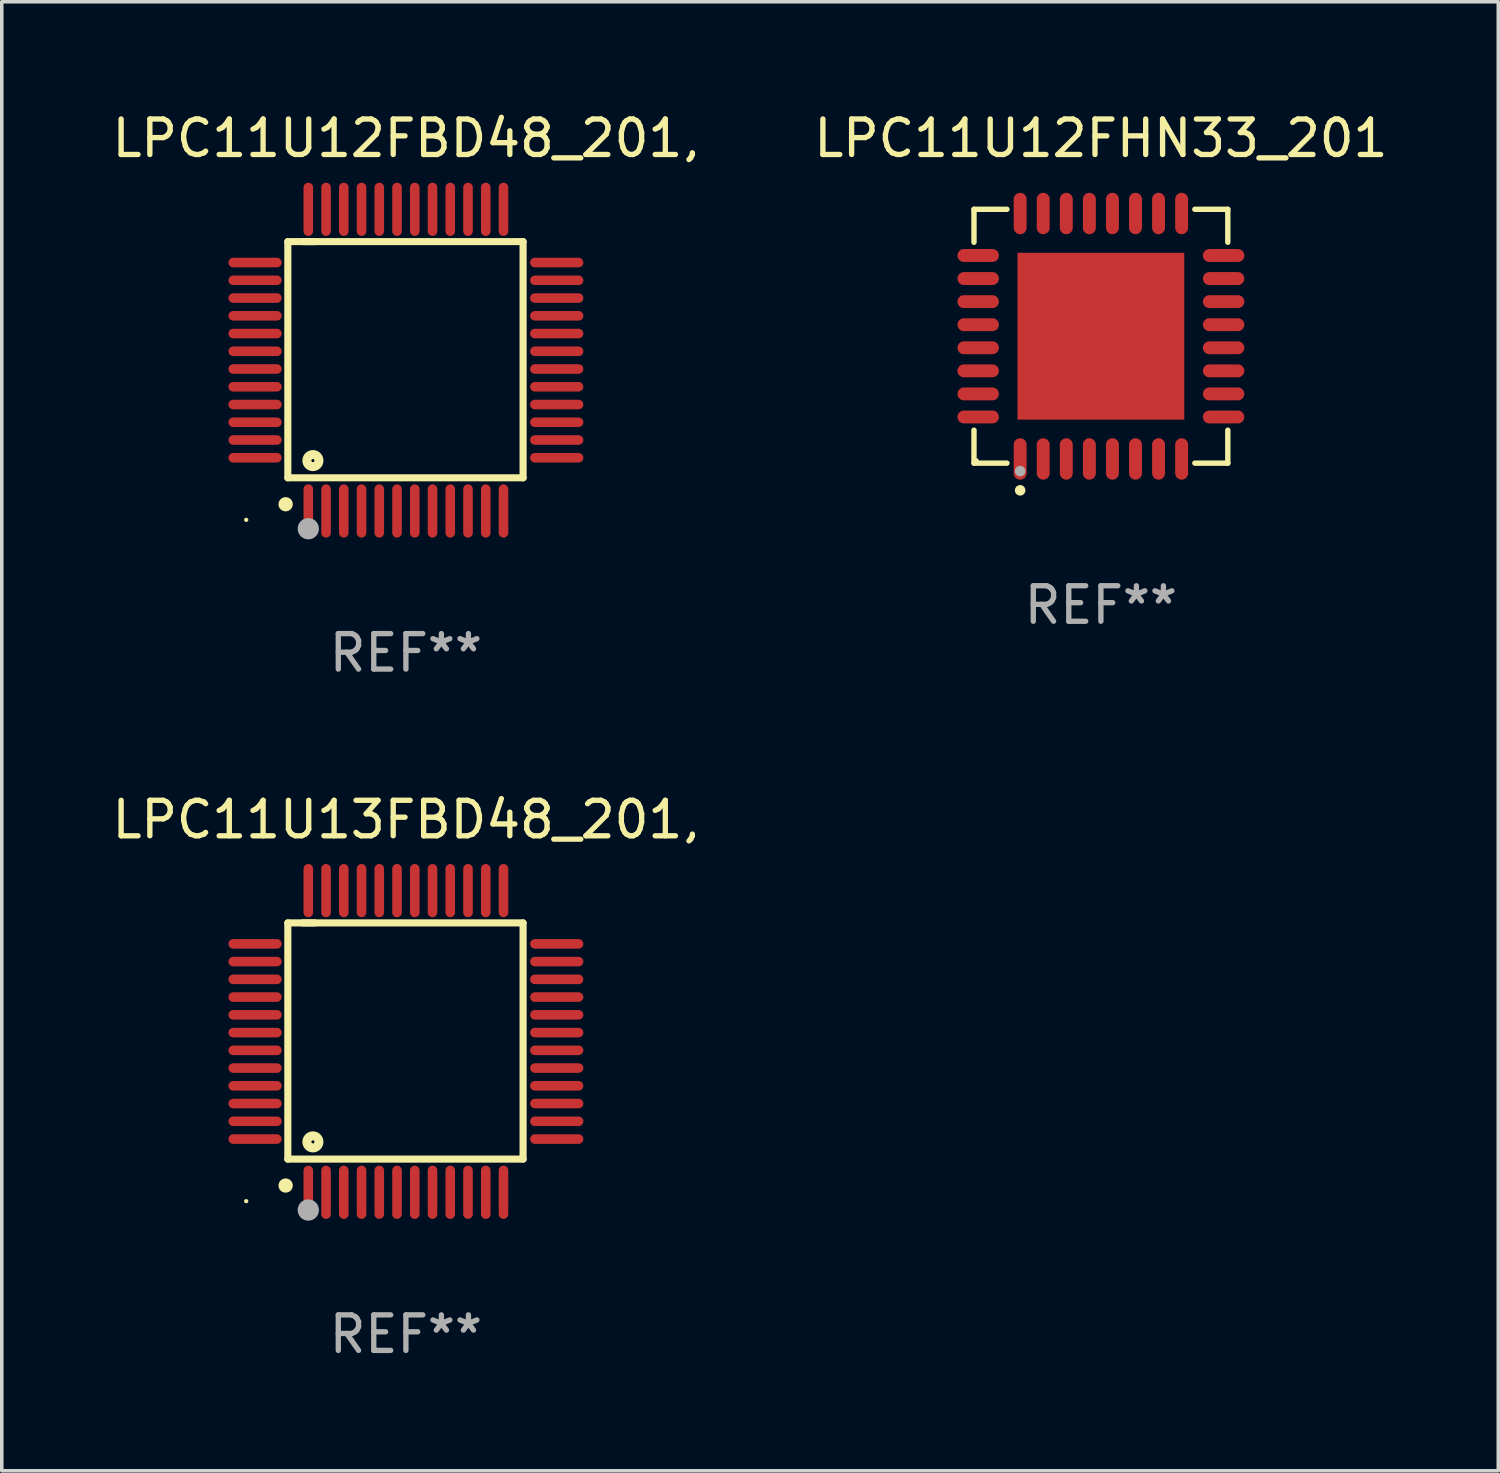
<source format=kicad_pcb>
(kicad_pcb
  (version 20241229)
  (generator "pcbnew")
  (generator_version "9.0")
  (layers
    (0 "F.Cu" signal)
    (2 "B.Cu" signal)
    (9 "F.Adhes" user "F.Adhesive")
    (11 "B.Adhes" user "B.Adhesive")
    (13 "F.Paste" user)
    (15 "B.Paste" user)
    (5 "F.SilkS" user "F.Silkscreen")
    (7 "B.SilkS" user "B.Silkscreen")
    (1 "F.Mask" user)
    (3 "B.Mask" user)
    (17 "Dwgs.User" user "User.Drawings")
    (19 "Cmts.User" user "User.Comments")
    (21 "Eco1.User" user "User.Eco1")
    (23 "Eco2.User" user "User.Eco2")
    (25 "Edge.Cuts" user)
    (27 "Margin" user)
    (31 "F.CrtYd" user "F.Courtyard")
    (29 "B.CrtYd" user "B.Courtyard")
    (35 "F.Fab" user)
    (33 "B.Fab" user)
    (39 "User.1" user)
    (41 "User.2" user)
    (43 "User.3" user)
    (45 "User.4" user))
  (footprint "LPC11U12FBD48_201,"
    (layer "F.Cu")
    (at 8.387 7.098)
    (property "Reference" "LPC11U12FBD48_201," (at 0 -6.25 0) (layer "F.SilkS") (effects (font (size 1 1) (thickness 0.15))))
    (attr through_hole)
    (fp_line (start -3.327 -3.34) (end -2.565 -3.34) (stroke (width 0.2) (type solid)) (layer "F.SilkS"))
    (fp_line (start -3.327 3.315) (end -3.327 -3.34) (stroke (width 0.2) (type solid)) (layer "F.SilkS"))
    (fp_line (start -2.896 -3.34) (end 3.302 -3.34) (stroke (width 0.2) (type solid)) (layer "F.SilkS"))
    (fp_line (start 3.302 -3.34) (end 3.302 3.315) (stroke (width 0.2) (type solid)) (layer "F.SilkS"))
    (fp_line (start 3.302 3.315) (end -3.327 3.315) (stroke (width 0.2) (type solid)) (layer "F.SilkS"))
    (fp_arc (start -3.389992 4.059995) (mid -3.388722 4.059991) (end -3.387452 4.059995) (stroke (width 0.4) (type solid)) (layer "F.SilkS"))
    (fp_circle (center -4.5 4.5) (end -4.47 4.5) (stroke (width 0.06) (type solid)) (fill no) (layer "F.SilkS"))
    (fp_circle (center -2.62 2.83) (end -2.45 2.83) (stroke (width 0.254) (type solid)) (fill no) (layer "F.SilkS"))
    (fp_circle (center -2.75 4.75) (end -2.6 4.75) (stroke (width 0.3) (type solid)) (fill no) (layer "F.Fab"))
    (fp_text user "REF**" (at 0 8.25 0) (layer "F.Fab") (effects (font (size 1 1) (thickness 0.15))))
    (pad "1" smd oval (at -2.75 4.25) (size 0.27 1.5) (layers "F.Cu" "F.Mask" "F.Paste"))
    (pad "2" smd oval (at -2.25 4.25) (size 0.27 1.5) (layers "F.Cu" "F.Mask" "F.Paste"))
    (pad "3" smd oval (at -1.75 4.25) (size 0.27 1.5) (layers "F.Cu" "F.Mask" "F.Paste"))
    (pad "4" smd oval (at -1.25 4.25) (size 0.27 1.5) (layers "F.Cu" "F.Mask" "F.Paste"))
    (pad "5" smd oval (at -0.75 4.25) (size 0.27 1.5) (layers "F.Cu" "F.Mask" "F.Paste"))
    (pad "6" smd oval (at -0.25 4.25) (size 0.27 1.5) (layers "F.Cu" "F.Mask" "F.Paste"))
    (pad "7" smd oval (at 0.25 4.25) (size 0.27 1.5) (layers "F.Cu" "F.Mask" "F.Paste"))
    (pad "8" smd oval (at 0.75 4.25) (size 0.27 1.5) (layers "F.Cu" "F.Mask" "F.Paste"))
    (pad "9" smd oval (at 1.25 4.25) (size 0.27 1.5) (layers "F.Cu" "F.Mask" "F.Paste"))
    (pad "10" smd oval (at 1.75 4.25) (size 0.27 1.5) (layers "F.Cu" "F.Mask" "F.Paste"))
    (pad "11" smd oval (at 2.25 4.25) (size 0.27 1.5) (layers "F.Cu" "F.Mask" "F.Paste"))
    (pad "12" smd oval (at 2.75 4.25) (size 0.27 1.5) (layers "F.Cu" "F.Mask" "F.Paste"))
    (pad "13" smd oval (at 4.25 2.75) (size 1.5 0.27) (layers "F.Cu" "F.Mask" "F.Paste"))
    (pad "14" smd oval (at 4.25 2.25) (size 1.5 0.27) (layers "F.Cu" "F.Mask" "F.Paste"))
    (pad "15" smd oval (at 4.25 1.75) (size 1.5 0.27) (layers "F.Cu" "F.Mask" "F.Paste"))
    (pad "16" smd oval (at 4.25 1.25) (size 1.5 0.27) (layers "F.Cu" "F.Mask" "F.Paste"))
    (pad "17" smd oval (at 4.25 0.75) (size 1.5 0.27) (layers "F.Cu" "F.Mask" "F.Paste"))
    (pad "18" smd oval (at 4.25 0.25) (size 1.5 0.27) (layers "F.Cu" "F.Mask" "F.Paste"))
    (pad "19" smd oval (at 4.25 -0.25) (size 1.5 0.27) (layers "F.Cu" "F.Mask" "F.Paste"))
    (pad "20" smd oval (at 4.25 -0.75) (size 1.5 0.27) (layers "F.Cu" "F.Mask" "F.Paste"))
    (pad "21" smd oval (at 4.25 -1.25) (size 1.5 0.27) (layers "F.Cu" "F.Mask" "F.Paste"))
    (pad "22" smd oval (at 4.25 -1.75) (size 1.5 0.27) (layers "F.Cu" "F.Mask" "F.Paste"))
    (pad "23" smd oval (at 4.25 -2.25) (size 1.5 0.27) (layers "F.Cu" "F.Mask" "F.Paste"))
    (pad "24" smd oval (at 4.25 -2.75) (size 1.5 0.27) (layers "F.Cu" "F.Mask" "F.Paste"))
    (pad "25" smd oval (at 2.75 -4.25) (size 0.27 1.5) (layers "F.Cu" "F.Mask" "F.Paste"))
    (pad "26" smd oval (at 2.25 -4.25) (size 0.27 1.5) (layers "F.Cu" "F.Mask" "F.Paste"))
    (pad "27" smd oval (at 1.75 -4.25) (size 0.27 1.5) (layers "F.Cu" "F.Mask" "F.Paste"))
    (pad "28" smd oval (at 1.25 -4.25) (size 0.27 1.5) (layers "F.Cu" "F.Mask" "F.Paste"))
    (pad "29" smd oval (at 0.75 -4.25) (size 0.27 1.5) (layers "F.Cu" "F.Mask" "F.Paste"))
    (pad "30" smd oval (at 0.25 -4.25) (size 0.27 1.5) (layers "F.Cu" "F.Mask" "F.Paste"))
    (pad "31" smd oval (at -0.25 -4.25) (size 0.27 1.5) (layers "F.Cu" "F.Mask" "F.Paste"))
    (pad "32" smd oval (at -0.75 -4.25) (size 0.27 1.5) (layers "F.Cu" "F.Mask" "F.Paste"))
    (pad "33" smd oval (at -1.25 -4.25) (size 0.27 1.5) (layers "F.Cu" "F.Mask" "F.Paste"))
    (pad "34" smd oval (at -1.75 -4.25) (size 0.27 1.5) (layers "F.Cu" "F.Mask" "F.Paste"))
    (pad "35" smd oval (at -2.25 -4.25) (size 0.27 1.5) (layers "F.Cu" "F.Mask" "F.Paste"))
    (pad "36" smd oval (at -2.75 -4.25) (size 0.27 1.5) (layers "F.Cu" "F.Mask" "F.Paste"))
    (pad "37" smd oval (at -4.25 -2.75) (size 1.5 0.27) (layers "F.Cu" "F.Mask" "F.Paste"))
    (pad "38" smd oval (at -4.25 -2.25) (size 1.5 0.27) (layers "F.Cu" "F.Mask" "F.Paste"))
    (pad "39" smd oval (at -4.25 -1.75) (size 1.5 0.27) (layers "F.Cu" "F.Mask" "F.Paste"))
    (pad "40" smd oval (at -4.25 -1.25) (size 1.5 0.27) (layers "F.Cu" "F.Mask" "F.Paste"))
    (pad "41" smd oval (at -4.25 -0.75) (size 1.5 0.27) (layers "F.Cu" "F.Mask" "F.Paste"))
    (pad "42" smd oval (at -4.25 -0.25) (size 1.5 0.27) (layers "F.Cu" "F.Mask" "F.Paste"))
    (pad "43" smd oval (at -4.25 0.25) (size 1.5 0.27) (layers "F.Cu" "F.Mask" "F.Paste"))
    (pad "44" smd oval (at -4.25 0.75) (size 1.5 0.27) (layers "F.Cu" "F.Mask" "F.Paste"))
    (pad "45" smd oval (at -4.25 1.25) (size 1.5 0.27) (layers "F.Cu" "F.Mask" "F.Paste"))
    (pad "46" smd oval (at -4.25 1.75) (size 1.5 0.27) (layers "F.Cu" "F.Mask" "F.Paste"))
    (pad "47" smd oval (at -4.25 2.25) (size 1.5 0.27) (layers "F.Cu" "F.Mask" "F.Paste"))
    (pad "48" smd oval (at -4.25 2.75) (size 1.5 0.27) (layers "F.Cu" "F.Mask" "F.Paste")))
  (footprint "LPC11U12FHN33_201"
    (layer "F.Cu")
    (at 27.97 6.424)
    (property "Reference" "LPC11U12FHN33_201" (at 0 -5.576 0) (layer "F.SilkS") (effects (font (size 1 1) (thickness 0.15))))
    (attr through_hole)
    (fp_line (start -3.576 -3.576) (end -2.647 -3.576) (stroke (width 0.152) (type solid)) (layer "F.SilkS"))
    (fp_line (start -3.576 -2.647) (end -3.576 -3.576) (stroke (width 0.152) (type solid)) (layer "F.SilkS"))
    (fp_line (start -3.576 2.647) (end -3.576 3.576) (stroke (width 0.152) (type solid)) (layer "F.SilkS"))
    (fp_line (start -3.576 3.576) (end -2.647 3.576) (stroke (width 0.152) (type solid)) (layer "F.SilkS"))
    (fp_line (start 3.576 -3.576) (end 2.647 -3.576) (stroke (width 0.152) (type solid)) (layer "F.SilkS"))
    (fp_line (start 3.576 -2.647) (end 3.576 -3.576) (stroke (width 0.152) (type solid)) (layer "F.SilkS"))
    (fp_line (start 3.576 2.647) (end 3.576 3.576) (stroke (width 0.152) (type solid)) (layer "F.SilkS"))
    (fp_line (start 3.576 3.576) (end 2.647 3.576) (stroke (width 0.152) (type solid)) (layer "F.SilkS"))
    (fp_circle (center -3.5 3.5) (end -3.47 3.5) (stroke (width 0.06) (type solid)) (fill no) (layer "F.SilkS"))
    (fp_circle (center -2.275 4.342) (end -2.2 4.342) (stroke (width 0.15) (type solid)) (fill no) (layer "F.SilkS"))
    (fp_circle (center -2.275 3.8) (end -2.2 3.8) (stroke (width 0.15) (type solid)) (fill no) (layer "F.Fab"))
    (fp_text user "REF**" (at 0 7.576 0) (layer "F.Fab") (effects (font (size 1 1) (thickness 0.15))))
    (pad "1" smd oval (at -2.275 3.458) (size 0.364 1.167) (layers "F.Cu" "F.Mask" "F.Paste"))
    (pad "2" smd oval (at -1.625 3.458) (size 0.364 1.167) (layers "F.Cu" "F.Mask" "F.Paste"))
    (pad "3" smd oval (at -0.975 3.458) (size 0.364 1.167) (layers "F.Cu" "F.Mask" "F.Paste"))
    (pad "4" smd oval (at -0.325 3.458) (size 0.364 1.167) (layers "F.Cu" "F.Mask" "F.Paste"))
    (pad "5" smd oval (at 0.325 3.458) (size 0.364 1.167) (layers "F.Cu" "F.Mask" "F.Paste"))
    (pad "6" smd oval (at 0.975 3.458) (size 0.364 1.167) (layers "F.Cu" "F.Mask" "F.Paste"))
    (pad "7" smd oval (at 1.625 3.458) (size 0.364 1.167) (layers "F.Cu" "F.Mask" "F.Paste"))
    (pad "8" smd oval (at 2.275 3.458) (size 0.364 1.167) (layers "F.Cu" "F.Mask" "F.Paste"))
    (pad "9" smd oval (at 3.458 2.275) (size 1.167 0.364) (layers "F.Cu" "F.Mask" "F.Paste"))
    (pad "10" smd oval (at 3.458 1.625) (size 1.167 0.364) (layers "F.Cu" "F.Mask" "F.Paste"))
    (pad "11" smd oval (at 3.458 0.975) (size 1.167 0.364) (layers "F.Cu" "F.Mask" "F.Paste"))
    (pad "12" smd oval (at 3.458 0.325) (size 1.167 0.364) (layers "F.Cu" "F.Mask" "F.Paste"))
    (pad "13" smd oval (at 3.458 -0.325) (size 1.167 0.364) (layers "F.Cu" "F.Mask" "F.Paste"))
    (pad "14" smd oval (at 3.458 -0.975) (size 1.167 0.364) (layers "F.Cu" "F.Mask" "F.Paste"))
    (pad "15" smd oval (at 3.458 -1.625) (size 1.167 0.364) (layers "F.Cu" "F.Mask" "F.Paste"))
    (pad "16" smd oval (at 3.458 -2.275) (size 1.167 0.364) (layers "F.Cu" "F.Mask" "F.Paste"))
    (pad "17" smd oval (at 2.275 -3.458) (size 0.364 1.167) (layers "F.Cu" "F.Mask" "F.Paste"))
    (pad "18" smd oval (at 1.625 -3.458) (size 0.364 1.167) (layers "F.Cu" "F.Mask" "F.Paste"))
    (pad "19" smd oval (at 0.975 -3.458) (size 0.364 1.167) (layers "F.Cu" "F.Mask" "F.Paste"))
    (pad "20" smd oval (at 0.325 -3.458) (size 0.364 1.167) (layers "F.Cu" "F.Mask" "F.Paste"))
    (pad "21" smd oval (at -0.325 -3.458) (size 0.364 1.167) (layers "F.Cu" "F.Mask" "F.Paste"))
    (pad "22" smd oval (at -0.975 -3.458) (size 0.364 1.167) (layers "F.Cu" "F.Mask" "F.Paste"))
    (pad "23" smd oval (at -1.625 -3.458) (size 0.364 1.167) (layers "F.Cu" "F.Mask" "F.Paste"))
    (pad "24" smd oval (at -2.275 -3.458) (size 0.364 1.167) (layers "F.Cu" "F.Mask" "F.Paste"))
    (pad "25" smd oval (at -3.458 -2.275) (size 1.167 0.364) (layers "F.Cu" "F.Mask" "F.Paste"))
    (pad "26" smd oval (at -3.458 -1.625) (size 1.167 0.364) (layers "F.Cu" "F.Mask" "F.Paste"))
    (pad "27" smd oval (at -3.458 -0.975) (size 1.167 0.364) (layers "F.Cu" "F.Mask" "F.Paste"))
    (pad "28" smd oval (at -3.458 -0.325) (size 1.167 0.364) (layers "F.Cu" "F.Mask" "F.Paste"))
    (pad "29" smd oval (at -3.458 0.325) (size 1.167 0.364) (layers "F.Cu" "F.Mask" "F.Paste"))
    (pad "30" smd oval (at -3.458 0.975) (size 1.167 0.364) (layers "F.Cu" "F.Mask" "F.Paste"))
    (pad "31" smd oval (at -3.458 1.625) (size 1.167 0.364) (layers "F.Cu" "F.Mask" "F.Paste"))
    (pad "32" smd oval (at -3.458 2.275) (size 1.167 0.364) (layers "F.Cu" "F.Mask" "F.Paste"))
    (pad "33" smd rect (at 0 0) (size 4.7 4.7) (layers "F.Cu" "F.Mask" "F.Paste")))
  (footprint "LPC11U13FBD48_201,"
    (layer "F.Cu")
    (at 8.387 26.295)
    (property "Reference" "LPC11U13FBD48_201," (at 0 -6.25 0) (layer "F.SilkS") (effects (font (size 1 1) (thickness 0.15))))
    (attr through_hole)
    (fp_line (start -3.327 -3.34) (end -2.565 -3.34) (stroke (width 0.2) (type solid)) (layer "F.SilkS"))
    (fp_line (start -3.327 3.315) (end -3.327 -3.34) (stroke (width 0.2) (type solid)) (layer "F.SilkS"))
    (fp_line (start -2.896 -3.34) (end 3.302 -3.34) (stroke (width 0.2) (type solid)) (layer "F.SilkS"))
    (fp_line (start 3.302 -3.34) (end 3.302 3.315) (stroke (width 0.2) (type solid)) (layer "F.SilkS"))
    (fp_line (start 3.302 3.315) (end -3.327 3.315) (stroke (width 0.2) (type solid)) (layer "F.SilkS"))
    (fp_arc (start -3.389992 4.059995) (mid -3.388722 4.059991) (end -3.387452 4.059995) (stroke (width 0.4) (type solid)) (layer "F.SilkS"))
    (fp_circle (center -4.5 4.5) (end -4.47 4.5) (stroke (width 0.06) (type solid)) (fill no) (layer "F.SilkS"))
    (fp_circle (center -2.62 2.83) (end -2.45 2.83) (stroke (width 0.254) (type solid)) (fill no) (layer "F.SilkS"))
    (fp_circle (center -2.75 4.75) (end -2.6 4.75) (stroke (width 0.3) (type solid)) (fill no) (layer "F.Fab"))
    (fp_text user "REF**" (at 0 8.25 0) (layer "F.Fab") (effects (font (size 1 1) (thickness 0.15))))
    (pad "1" smd oval (at -2.75 4.25) (size 0.27 1.5) (layers "F.Cu" "F.Mask" "F.Paste"))
    (pad "2" smd oval (at -2.25 4.25) (size 0.27 1.5) (layers "F.Cu" "F.Mask" "F.Paste"))
    (pad "3" smd oval (at -1.75 4.25) (size 0.27 1.5) (layers "F.Cu" "F.Mask" "F.Paste"))
    (pad "4" smd oval (at -1.25 4.25) (size 0.27 1.5) (layers "F.Cu" "F.Mask" "F.Paste"))
    (pad "5" smd oval (at -0.75 4.25) (size 0.27 1.5) (layers "F.Cu" "F.Mask" "F.Paste"))
    (pad "6" smd oval (at -0.25 4.25) (size 0.27 1.5) (layers "F.Cu" "F.Mask" "F.Paste"))
    (pad "7" smd oval (at 0.25 4.25) (size 0.27 1.5) (layers "F.Cu" "F.Mask" "F.Paste"))
    (pad "8" smd oval (at 0.75 4.25) (size 0.27 1.5) (layers "F.Cu" "F.Mask" "F.Paste"))
    (pad "9" smd oval (at 1.25 4.25) (size 0.27 1.5) (layers "F.Cu" "F.Mask" "F.Paste"))
    (pad "10" smd oval (at 1.75 4.25) (size 0.27 1.5) (layers "F.Cu" "F.Mask" "F.Paste"))
    (pad "11" smd oval (at 2.25 4.25) (size 0.27 1.5) (layers "F.Cu" "F.Mask" "F.Paste"))
    (pad "12" smd oval (at 2.75 4.25) (size 0.27 1.5) (layers "F.Cu" "F.Mask" "F.Paste"))
    (pad "13" smd oval (at 4.25 2.75) (size 1.5 0.27) (layers "F.Cu" "F.Mask" "F.Paste"))
    (pad "14" smd oval (at 4.25 2.25) (size 1.5 0.27) (layers "F.Cu" "F.Mask" "F.Paste"))
    (pad "15" smd oval (at 4.25 1.75) (size 1.5 0.27) (layers "F.Cu" "F.Mask" "F.Paste"))
    (pad "16" smd oval (at 4.25 1.25) (size 1.5 0.27) (layers "F.Cu" "F.Mask" "F.Paste"))
    (pad "17" smd oval (at 4.25 0.75) (size 1.5 0.27) (layers "F.Cu" "F.Mask" "F.Paste"))
    (pad "18" smd oval (at 4.25 0.25) (size 1.5 0.27) (layers "F.Cu" "F.Mask" "F.Paste"))
    (pad "19" smd oval (at 4.25 -0.25) (size 1.5 0.27) (layers "F.Cu" "F.Mask" "F.Paste"))
    (pad "20" smd oval (at 4.25 -0.75) (size 1.5 0.27) (layers "F.Cu" "F.Mask" "F.Paste"))
    (pad "21" smd oval (at 4.25 -1.25) (size 1.5 0.27) (layers "F.Cu" "F.Mask" "F.Paste"))
    (pad "22" smd oval (at 4.25 -1.75) (size 1.5 0.27) (layers "F.Cu" "F.Mask" "F.Paste"))
    (pad "23" smd oval (at 4.25 -2.25) (size 1.5 0.27) (layers "F.Cu" "F.Mask" "F.Paste"))
    (pad "24" smd oval (at 4.25 -2.75) (size 1.5 0.27) (layers "F.Cu" "F.Mask" "F.Paste"))
    (pad "25" smd oval (at 2.75 -4.25) (size 0.27 1.5) (layers "F.Cu" "F.Mask" "F.Paste"))
    (pad "26" smd oval (at 2.25 -4.25) (size 0.27 1.5) (layers "F.Cu" "F.Mask" "F.Paste"))
    (pad "27" smd oval (at 1.75 -4.25) (size 0.27 1.5) (layers "F.Cu" "F.Mask" "F.Paste"))
    (pad "28" smd oval (at 1.25 -4.25) (size 0.27 1.5) (layers "F.Cu" "F.Mask" "F.Paste"))
    (pad "29" smd oval (at 0.75 -4.25) (size 0.27 1.5) (layers "F.Cu" "F.Mask" "F.Paste"))
    (pad "30" smd oval (at 0.25 -4.25) (size 0.27 1.5) (layers "F.Cu" "F.Mask" "F.Paste"))
    (pad "31" smd oval (at -0.25 -4.25) (size 0.27 1.5) (layers "F.Cu" "F.Mask" "F.Paste"))
    (pad "32" smd oval (at -0.75 -4.25) (size 0.27 1.5) (layers "F.Cu" "F.Mask" "F.Paste"))
    (pad "33" smd oval (at -1.25 -4.25) (size 0.27 1.5) (layers "F.Cu" "F.Mask" "F.Paste"))
    (pad "34" smd oval (at -1.75 -4.25) (size 0.27 1.5) (layers "F.Cu" "F.Mask" "F.Paste"))
    (pad "35" smd oval (at -2.25 -4.25) (size 0.27 1.5) (layers "F.Cu" "F.Mask" "F.Paste"))
    (pad "36" smd oval (at -2.75 -4.25) (size 0.27 1.5) (layers "F.Cu" "F.Mask" "F.Paste"))
    (pad "37" smd oval (at -4.25 -2.75) (size 1.5 0.27) (layers "F.Cu" "F.Mask" "F.Paste"))
    (pad "38" smd oval (at -4.25 -2.25) (size 1.5 0.27) (layers "F.Cu" "F.Mask" "F.Paste"))
    (pad "39" smd oval (at -4.25 -1.75) (size 1.5 0.27) (layers "F.Cu" "F.Mask" "F.Paste"))
    (pad "40" smd oval (at -4.25 -1.25) (size 1.5 0.27) (layers "F.Cu" "F.Mask" "F.Paste"))
    (pad "41" smd oval (at -4.25 -0.75) (size 1.5 0.27) (layers "F.Cu" "F.Mask" "F.Paste"))
    (pad "42" smd oval (at -4.25 -0.25) (size 1.5 0.27) (layers "F.Cu" "F.Mask" "F.Paste"))
    (pad "43" smd oval (at -4.25 0.25) (size 1.5 0.27) (layers "F.Cu" "F.Mask" "F.Paste"))
    (pad "44" smd oval (at -4.25 0.75) (size 1.5 0.27) (layers "F.Cu" "F.Mask" "F.Paste"))
    (pad "45" smd oval (at -4.25 1.25) (size 1.5 0.27) (layers "F.Cu" "F.Mask" "F.Paste"))
    (pad "46" smd oval (at -4.25 1.75) (size 1.5 0.27) (layers "F.Cu" "F.Mask" "F.Paste"))
    (pad "47" smd oval (at -4.25 2.25) (size 1.5 0.27) (layers "F.Cu" "F.Mask" "F.Paste"))
    (pad "48" smd oval (at -4.25 2.75) (size 1.5 0.27) (layers "F.Cu" "F.Mask" "F.Paste")))
  (gr_rect
    (start -3 -3)
    (end 39.167 38.393)
    (stroke (width 0.1) (type default))
    (fill no)
    (layer "Edge.Cuts")))
</source>
